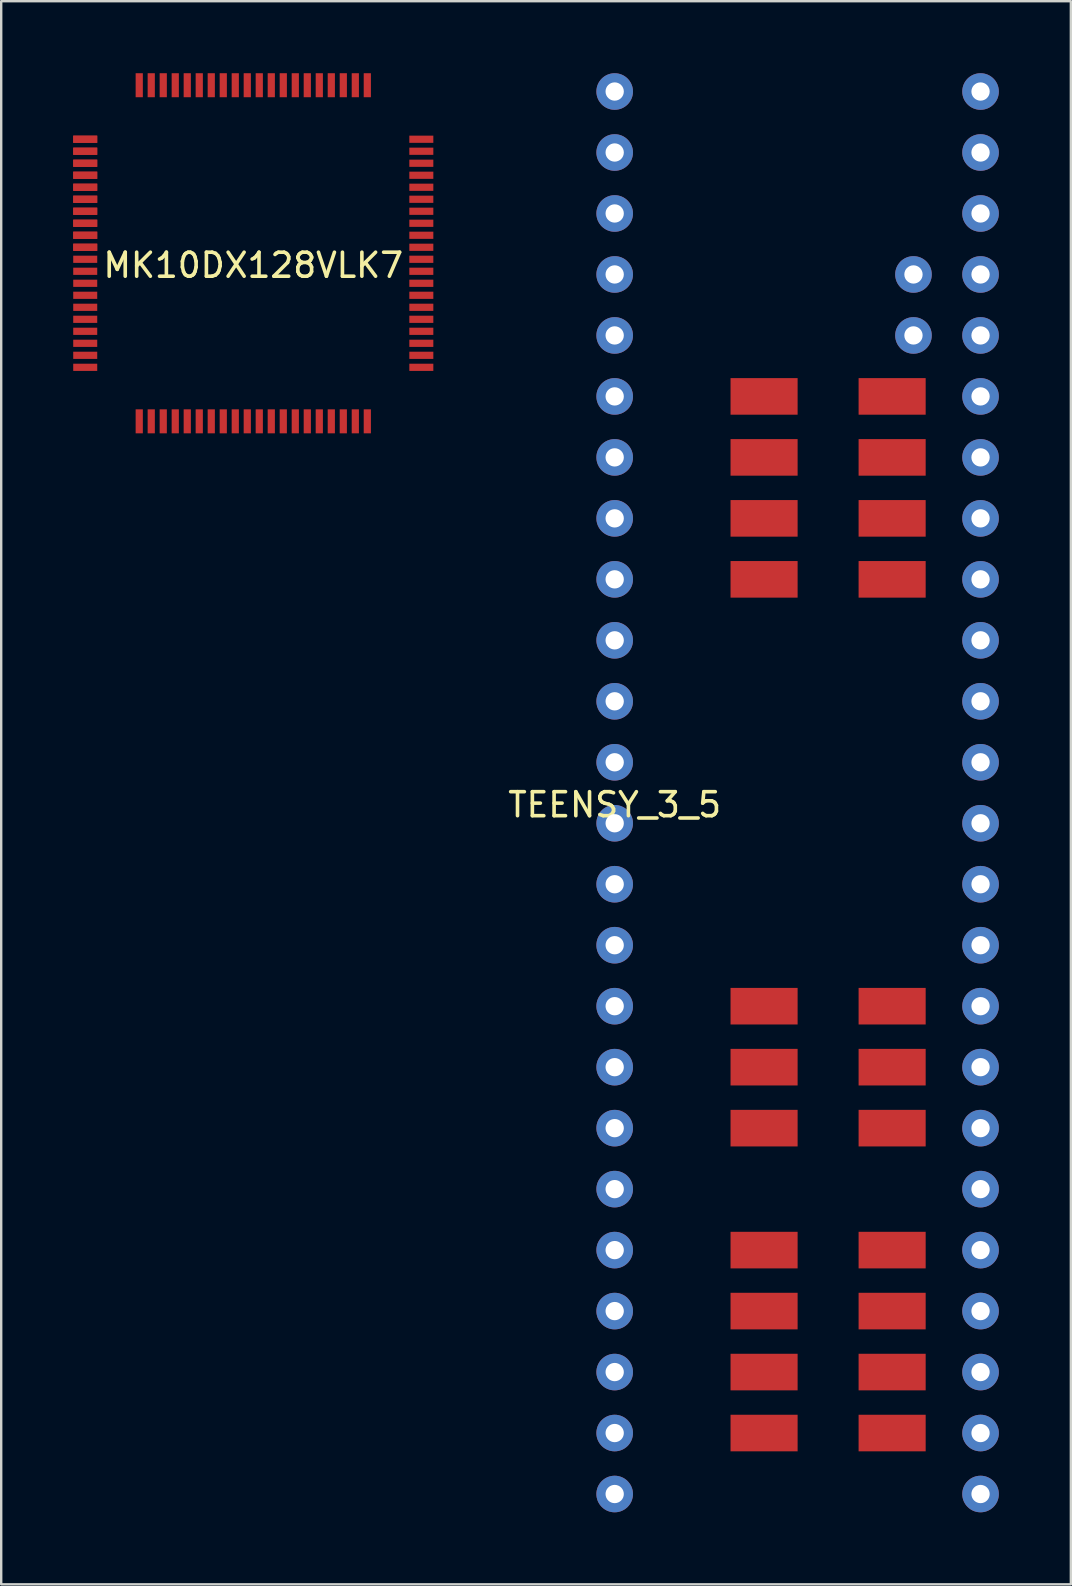
<source format=kicad_pcb>
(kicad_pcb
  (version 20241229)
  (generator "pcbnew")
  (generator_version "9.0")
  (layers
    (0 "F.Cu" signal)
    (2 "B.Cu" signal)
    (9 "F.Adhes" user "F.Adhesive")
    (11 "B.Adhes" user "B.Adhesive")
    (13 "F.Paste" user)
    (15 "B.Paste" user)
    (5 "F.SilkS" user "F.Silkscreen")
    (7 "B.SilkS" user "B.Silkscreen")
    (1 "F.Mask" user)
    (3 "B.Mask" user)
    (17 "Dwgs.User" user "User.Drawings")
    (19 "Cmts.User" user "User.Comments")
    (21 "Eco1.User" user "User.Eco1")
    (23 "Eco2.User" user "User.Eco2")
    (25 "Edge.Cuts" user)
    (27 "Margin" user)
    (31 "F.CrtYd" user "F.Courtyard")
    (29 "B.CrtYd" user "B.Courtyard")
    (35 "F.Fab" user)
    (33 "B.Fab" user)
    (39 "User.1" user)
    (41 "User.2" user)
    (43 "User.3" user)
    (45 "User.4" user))
  (footprint "MK10DX128VLK7"
    (layer "F.Cu")
    (at 7.5 7.5)
    (property "Reference" "MK10DX128VLK7" (at 0 0.5 0) (layer "F.SilkS") (effects (font (size 1 1) (thickness 0.15))))
    (attr through_hole)
    (pad "1" smd rect (at -7 -4.75) (size 1 0.3) (layers "F.Cu" "F.Mask" "F.Paste"))
    (pad "1" smd rect (at -7 -4.75) (size 1 0.3) (layers "F.Cu" "F.Mask" "F.Paste"))
    (pad "2" smd rect (at -7 -4.25) (size 1 0.3) (layers "F.Cu" "F.Mask" "F.Paste"))
    (pad "2" smd rect (at -7 -4.25) (size 1 0.3) (layers "F.Cu" "F.Mask" "F.Paste"))
    (pad "3" smd rect (at -7 -3.75) (size 1 0.3) (layers "F.Cu" "F.Mask" "F.Paste"))
    (pad "3" smd rect (at -7 -3.75) (size 1 0.3) (layers "F.Cu" "F.Mask" "F.Paste"))
    (pad "4" smd rect (at -7 -3.25) (size 1 0.3) (layers "F.Cu" "F.Mask" "F.Paste"))
    (pad "4" smd rect (at -7 -3.25) (size 1 0.3) (layers "F.Cu" "F.Mask" "F.Paste"))
    (pad "5" smd rect (at -7 -2.75) (size 1 0.3) (layers "F.Cu" "F.Mask" "F.Paste"))
    (pad "5" smd rect (at -7 -2.75) (size 1 0.3) (layers "F.Cu" "F.Mask" "F.Paste"))
    (pad "6" smd rect (at -7 -2.25) (size 1 0.3) (layers "F.Cu" "F.Mask" "F.Paste"))
    (pad "6" smd rect (at -7 -2.25) (size 1 0.3) (layers "F.Cu" "F.Mask" "F.Paste"))
    (pad "7" smd rect (at -7 -1.75) (size 1 0.3) (layers "F.Cu" "F.Mask" "F.Paste"))
    (pad "7" smd rect (at -7 -1.75) (size 1 0.3) (layers "F.Cu" "F.Mask" "F.Paste"))
    (pad "8" smd rect (at -7 -1.25) (size 1 0.3) (layers "F.Cu" "F.Mask" "F.Paste"))
    (pad "8" smd rect (at -7 -1.25) (size 1 0.3) (layers "F.Cu" "F.Mask" "F.Paste"))
    (pad "9" smd rect (at -7 -0.75) (size 1 0.3) (layers "F.Cu" "F.Mask" "F.Paste"))
    (pad "9" smd rect (at -7 -0.75) (size 1 0.3) (layers "F.Cu" "F.Mask" "F.Paste"))
    (pad "10" smd rect (at -7 -0.25) (size 1 0.3) (layers "F.Cu" "F.Mask" "F.Paste"))
    (pad "10" smd rect (at -7 -0.25) (size 1 0.3) (layers "F.Cu" "F.Mask" "F.Paste"))
    (pad "11" smd rect (at -7 0.25) (size 1 0.3) (layers "F.Cu" "F.Mask" "F.Paste"))
    (pad "12" smd rect (at -7 0.75) (size 1 0.3) (layers "F.Cu" "F.Mask" "F.Paste"))
    (pad "13" smd rect (at -7 1.25) (size 1 0.3) (layers "F.Cu" "F.Mask" "F.Paste"))
    (pad "14" smd rect (at -7 1.75) (size 1 0.3) (layers "F.Cu" "F.Mask" "F.Paste"))
    (pad "15" smd rect (at -7 2.25) (size 1 0.3) (layers "F.Cu" "F.Mask" "F.Paste"))
    (pad "16" smd rect (at -7 2.75) (size 1 0.3) (layers "F.Cu" "F.Mask" "F.Paste"))
    (pad "17" smd rect (at -7 3.25) (size 1 0.3) (layers "F.Cu" "F.Mask" "F.Paste"))
    (pad "18" smd rect (at -7 3.75) (size 1 0.3) (layers "F.Cu" "F.Mask" "F.Paste"))
    (pad "19" smd rect (at -7 4.25) (size 1 0.3) (layers "F.Cu" "F.Mask" "F.Paste"))
    (pad "20" smd rect (at -7 4.75) (size 1 0.3) (layers "F.Cu" "F.Mask" "F.Paste"))
    (pad "21" smd rect (at -4.75 7) (size 0.3 1) (layers "F.Cu" "F.Mask" "F.Paste"))
    (pad "22" smd rect (at -4.25 7) (size 0.3 1) (layers "F.Cu" "F.Mask" "F.Paste"))
    (pad "23" smd rect (at -3.75 7) (size 0.3 1) (layers "F.Cu" "F.Mask" "F.Paste"))
    (pad "24" smd rect (at -3.25 7) (size 0.3 1) (layers "F.Cu" "F.Mask" "F.Paste"))
    (pad "25" smd rect (at -2.75 7) (size 0.3 1) (layers "F.Cu" "F.Mask" "F.Paste"))
    (pad "26" smd rect (at -2.25 7) (size 0.3 1) (layers "F.Cu" "F.Mask" "F.Paste"))
    (pad "27" smd rect (at -1.75 7) (size 0.3 1) (layers "F.Cu" "F.Mask" "F.Paste"))
    (pad "28" smd rect (at -1.25 7) (size 0.3 1) (layers "F.Cu" "F.Mask" "F.Paste"))
    (pad "29" smd rect (at -0.75 7) (size 0.3 1) (layers "F.Cu" "F.Mask" "F.Paste"))
    (pad "30" smd rect (at -0.25 7) (size 0.3 1) (layers "F.Cu" "F.Mask" "F.Paste"))
    (pad "31" smd rect (at 0.25 7) (size 0.3 1) (layers "F.Cu" "F.Mask" "F.Paste"))
    (pad "32" smd rect (at 0.75 7) (size 0.3 1) (layers "F.Cu" "F.Mask" "F.Paste"))
    (pad "33" smd rect (at 1.25 7) (size 0.3 1) (layers "F.Cu" "F.Mask" "F.Paste"))
    (pad "34" smd rect (at 1.75 7) (size 0.3 1) (layers "F.Cu" "F.Mask" "F.Paste"))
    (pad "35" smd rect (at 2.25 7) (size 0.3 1) (layers "F.Cu" "F.Mask" "F.Paste"))
    (pad "36" smd rect (at 2.75 7) (size 0.3 1) (layers "F.Cu" "F.Mask" "F.Paste"))
    (pad "37" smd rect (at 3.25 7) (size 0.3 1) (layers "F.Cu" "F.Mask" "F.Paste"))
    (pad "38" smd rect (at 3.75 7) (size 0.3 1) (layers "F.Cu" "F.Mask" "F.Paste"))
    (pad "39" smd rect (at 4.25 7) (size 0.3 1) (layers "F.Cu" "F.Mask" "F.Paste"))
    (pad "40" smd rect (at 4.75 7) (size 0.3 1) (layers "F.Cu" "F.Mask" "F.Paste"))
    (pad "41" smd rect (at 7 4.75) (size 1 0.3) (layers "F.Cu" "F.Mask" "F.Paste"))
    (pad "42" smd rect (at 7 4.25) (size 1 0.3) (layers "F.Cu" "F.Mask" "F.Paste"))
    (pad "43" smd rect (at 7 3.75) (size 1 0.3) (layers "F.Cu" "F.Mask" "F.Paste"))
    (pad "44" smd rect (at 7 3.25) (size 1 0.3) (layers "F.Cu" "F.Mask" "F.Paste"))
    (pad "45" smd rect (at 7 2.75) (size 1 0.3) (layers "F.Cu" "F.Mask" "F.Paste"))
    (pad "46" smd rect (at 7 2.25) (size 1 0.3) (layers "F.Cu" "F.Mask" "F.Paste"))
    (pad "47" smd rect (at 7 1.75) (size 1 0.3) (layers "F.Cu" "F.Mask" "F.Paste"))
    (pad "48" smd rect (at 7 1.25) (size 1 0.3) (layers "F.Cu" "F.Mask" "F.Paste"))
    (pad "49" smd rect (at 7 0.75) (size 1 0.3) (layers "F.Cu" "F.Mask" "F.Paste"))
    (pad "50" smd rect (at 7 0.25) (size 1 0.3) (layers "F.Cu" "F.Mask" "F.Paste"))
    (pad "51" smd rect (at 7 -0.25) (size 1 0.3) (layers "F.Cu" "F.Mask" "F.Paste"))
    (pad "52" smd rect (at 7 -0.75) (size 1 0.3) (layers "F.Cu" "F.Mask" "F.Paste"))
    (pad "53" smd rect (at 7 -1.25) (size 1 0.3) (layers "F.Cu" "F.Mask" "F.Paste"))
    (pad "54" smd rect (at 7 -1.75) (size 1 0.3) (layers "F.Cu" "F.Mask" "F.Paste"))
    (pad "55" smd rect (at 7 -2.25) (size 1 0.3) (layers "F.Cu" "F.Mask" "F.Paste"))
    (pad "56" smd rect (at 7 -2.75) (size 1 0.3) (layers "F.Cu" "F.Mask" "F.Paste"))
    (pad "57" smd rect (at 7 -3.25) (size 1 0.3) (layers "F.Cu" "F.Mask" "F.Paste"))
    (pad "58" smd rect (at 7 -3.75) (size 1 0.3) (layers "F.Cu" "F.Mask" "F.Paste"))
    (pad "59" smd rect (at 7 -4.25) (size 1 0.3) (layers "F.Cu" "F.Mask" "F.Paste"))
    (pad "60" smd rect (at 7 -4.75) (size 1 0.3) (layers "F.Cu" "F.Mask" "F.Paste"))
    (pad "61" smd rect (at 4.75 -7) (size 0.3 1) (layers "F.Cu" "F.Mask" "F.Paste"))
    (pad "62" smd rect (at 4.25 -7) (size 0.3 1) (layers "F.Cu" "F.Mask" "F.Paste"))
    (pad "63" smd rect (at 3.75 -7) (size 0.3 1) (layers "F.Cu" "F.Mask" "F.Paste"))
    (pad "64" smd rect (at 3.25 -7) (size 0.3 1) (layers "F.Cu" "F.Mask" "F.Paste"))
    (pad "65" smd rect (at 2.75 -7) (size 0.3 1) (layers "F.Cu" "F.Mask" "F.Paste"))
    (pad "66" smd rect (at 2.25 -7) (size 0.3 1) (layers "F.Cu" "F.Mask" "F.Paste"))
    (pad "67" smd rect (at 1.75 -7) (size 0.3 1) (layers "F.Cu" "F.Mask" "F.Paste"))
    (pad "68" smd rect (at 1.25 -7) (size 0.3 1) (layers "F.Cu" "F.Mask" "F.Paste"))
    (pad "69" smd rect (at 0.75 -7) (size 0.3 1) (layers "F.Cu" "F.Mask" "F.Paste"))
    (pad "70" smd rect (at 0.25 -7) (size 0.3 1) (layers "F.Cu" "F.Mask" "F.Paste"))
    (pad "71" smd rect (at -0.25 -7) (size 0.3 1) (layers "F.Cu" "F.Mask" "F.Paste"))
    (pad "72" smd rect (at -0.75 -7) (size 0.3 1) (layers "F.Cu" "F.Mask" "F.Paste"))
    (pad "73" smd rect (at -1.25 -7) (size 0.3 1) (layers "F.Cu" "F.Mask" "F.Paste"))
    (pad "74" smd rect (at -1.75 -7) (size 0.3 1) (layers "F.Cu" "F.Mask" "F.Paste"))
    (pad "75" smd rect (at -2.25 -7) (size 0.3 1) (layers "F.Cu" "F.Mask" "F.Paste"))
    (pad "76" smd rect (at -2.75 -7) (size 0.3 1) (layers "F.Cu" "F.Mask" "F.Paste"))
    (pad "77" smd rect (at -3.25 -7) (size 0.3 1) (layers "F.Cu" "F.Mask" "F.Paste"))
    (pad "78" smd rect (at -3.75 -7) (size 0.3 1) (layers "F.Cu" "F.Mask" "F.Paste"))
    (pad "79" smd rect (at -4.25 -7) (size 0.3 1) (layers "F.Cu" "F.Mask" "F.Paste"))
    (pad "80" smd rect (at -4.75 -7) (size 0.3 1) (layers "F.Cu" "F.Mask" "F.Paste")))
  (footprint "TEENSY_3_5"
    (layer "F.Cu")
    (at 22.554 59.182)
    (property "Reference" "TEENSY_3_5" (at 0 -28.71 0) (layer "F.SilkS") (effects (font (size 1 1) (thickness 0.15))))
    (attr through_hole)
    (pad "1" thru_hole circle (at 0 -58.42) (size 1.524 1.524) (drill 0.762) (layers "*.Cu" "*.Mask"))
    (pad "2" thru_hole circle (at 0 -55.88) (size 1.524 1.524) (drill 0.762) (layers "*.Cu" "*.Mask"))
    (pad "3" thru_hole circle (at 0 -53.34) (size 1.524 1.524) (drill 0.762) (layers "*.Cu" "*.Mask"))
    (pad "4" thru_hole circle (at 0 -50.8) (size 1.524 1.524) (drill 0.762) (layers "*.Cu" "*.Mask"))
    (pad "5" thru_hole circle (at 0 -48.26) (size 1.524 1.524) (drill 0.762) (layers "*.Cu" "*.Mask"))
    (pad "6" thru_hole circle (at 0 -45.72) (size 1.524 1.524) (drill 0.762) (layers "*.Cu" "*.Mask"))
    (pad "7" thru_hole circle (at 0 -43.18) (size 1.524 1.524) (drill 0.762) (layers "*.Cu" "*.Mask"))
    (pad "8" thru_hole circle (at 0 -40.64) (size 1.524 1.524) (drill 0.762) (layers "*.Cu" "*.Mask"))
    (pad "9" thru_hole circle (at 0 -38.1) (size 1.524 1.524) (drill 0.762) (layers "*.Cu" "*.Mask"))
    (pad "10" thru_hole circle (at 0 -35.56) (size 1.524 1.524) (drill 0.762) (layers "*.Cu" "*.Mask"))
    (pad "11" thru_hole circle (at 0 -33.02) (size 1.524 1.524) (drill 0.762) (layers "*.Cu" "*.Mask"))
    (pad "12" thru_hole circle (at 0 -30.48) (size 1.524 1.524) (drill 0.762) (layers "*.Cu" "*.Mask"))
    (pad "13" thru_hole circle (at 0 -27.94) (size 1.524 1.524) (drill 0.762) (layers "*.Cu" "*.Mask"))
    (pad "14" thru_hole circle (at 0 -25.4) (size 1.524 1.524) (drill 0.762) (layers "*.Cu" "*.Mask"))
    (pad "15" thru_hole circle (at 0 -22.86) (size 1.524 1.524) (drill 0.762) (layers "*.Cu" "*.Mask"))
    (pad "16" thru_hole circle (at 0 -20.32) (size 1.524 1.524) (drill 0.762) (layers "*.Cu" "*.Mask"))
    (pad "17" thru_hole circle (at 0 -17.78) (size 1.524 1.524) (drill 0.762) (layers "*.Cu" "*.Mask"))
    (pad "18" thru_hole circle (at 0 -15.24) (size 1.524 1.524) (drill 0.762) (layers "*.Cu" "*.Mask"))
    (pad "19" thru_hole circle (at 0 -12.7) (size 1.524 1.524) (drill 0.762) (layers "*.Cu" "*.Mask"))
    (pad "20" thru_hole circle (at 0 -10.16) (size 1.524 1.524) (drill 0.762) (layers "*.Cu" "*.Mask"))
    (pad "21" thru_hole circle (at 0 -7.62) (size 1.524 1.524) (drill 0.762) (layers "*.Cu" "*.Mask"))
    (pad "22" thru_hole circle (at 0 -5.08) (size 1.524 1.524) (drill 0.762) (layers "*.Cu" "*.Mask"))
    (pad "23" thru_hole circle (at 0 -2.54) (size 1.524 1.524) (drill 0.762) (layers "*.Cu" "*.Mask"))
    (pad "24" thru_hole circle (at 0 0) (size 1.524 1.524) (drill 0.762) (layers "*.Cu" "*.Mask"))
    (pad "25" thru_hole circle (at 15.24 0) (size 1.524 1.524) (drill 0.762) (layers "*.Cu" "*.Mask"))
    (pad "26" thru_hole circle (at 15.24 -2.54) (size 1.524 1.524) (drill 0.762) (layers "*.Cu" "*.Mask"))
    (pad "27" thru_hole circle (at 15.24 -5.08) (size 1.524 1.524) (drill 0.762) (layers "*.Cu" "*.Mask"))
    (pad "28" thru_hole circle (at 15.24 -7.62) (size 1.524 1.524) (drill 0.762) (layers "*.Cu" "*.Mask"))
    (pad "29" thru_hole circle (at 15.24 -10.16) (size 1.524 1.524) (drill 0.762) (layers "*.Cu" "*.Mask"))
    (pad "30" thru_hole circle (at 15.24 -12.7) (size 1.524 1.524) (drill 0.762) (layers "*.Cu" "*.Mask"))
    (pad "31" thru_hole circle (at 15.24 -15.24) (size 1.524 1.524) (drill 0.762) (layers "*.Cu" "*.Mask"))
    (pad "32" thru_hole circle (at 15.24 -17.78) (size 1.524 1.524) (drill 0.762) (layers "*.Cu" "*.Mask"))
    (pad "33" thru_hole circle (at 15.24 -20.32) (size 1.524 1.524) (drill 0.762) (layers "*.Cu" "*.Mask"))
    (pad "34" thru_hole circle (at 15.24 -22.86) (size 1.524 1.524) (drill 0.762) (layers "*.Cu" "*.Mask"))
    (pad "35" thru_hole circle (at 15.24 -25.4) (size 1.524 1.524) (drill 0.762) (layers "*.Cu" "*.Mask"))
    (pad "36" thru_hole circle (at 15.24 -27.94) (size 1.524 1.524) (drill 0.762) (layers "*.Cu" "*.Mask"))
    (pad "37" thru_hole circle (at 15.24 -30.48) (size 1.524 1.524) (drill 0.762) (layers "*.Cu" "*.Mask"))
    (pad "38" thru_hole circle (at 15.24 -33.02) (size 1.524 1.524) (drill 0.762) (layers "*.Cu" "*.Mask"))
    (pad "39" thru_hole circle (at 15.24 -35.56) (size 1.524 1.524) (drill 0.762) (layers "*.Cu" "*.Mask"))
    (pad "40" thru_hole circle (at 15.24 -38.1) (size 1.524 1.524) (drill 0.762) (layers "*.Cu" "*.Mask"))
    (pad "41" thru_hole circle (at 15.24 -40.64) (size 1.524 1.524) (drill 0.762) (layers "*.Cu" "*.Mask"))
    (pad "42" thru_hole circle (at 15.24 -43.18) (size 1.524 1.524) (drill 0.762) (layers "*.Cu" "*.Mask"))
    (pad "43" thru_hole circle (at 15.24 -45.72) (size 1.524 1.524) (drill 0.762) (layers "*.Cu" "*.Mask"))
    (pad "44" thru_hole circle (at 15.24 -48.26) (size 1.524 1.524) (drill 0.762) (layers "*.Cu" "*.Mask"))
    (pad "45" thru_hole circle (at 15.24 -50.8) (size 1.524 1.524) (drill 0.762) (layers "*.Cu" "*.Mask"))
    (pad "46" thru_hole circle (at 15.24 -53.34) (size 1.524 1.524) (drill 0.762) (layers "*.Cu" "*.Mask"))
    (pad "47" thru_hole circle (at 15.24 -55.88) (size 1.524 1.524) (drill 0.762) (layers "*.Cu" "*.Mask"))
    (pad "48" thru_hole circle (at 15.24 -58.42) (size 1.524 1.524) (drill 0.762) (layers "*.Cu" "*.Mask"))
    (pad "49" smd rect (at 6.223 -20.32) (size 2.794 1.524) (layers "F.Cu" "F.Mask" "F.Paste"))
    (pad "50" smd rect (at 6.223 -17.78) (size 2.794 1.524) (layers "F.Cu" "F.Mask" "F.Paste"))
    (pad "51" smd rect (at 6.223 -15.24) (size 2.794 1.524) (layers "F.Cu" "F.Mask" "F.Paste"))
    (pad "52" smd rect (at 6.223 -10.16) (size 2.794 1.524) (layers "F.Cu" "F.Mask" "F.Paste"))
    (pad "53" smd rect (at 6.223 -7.62) (size 2.794 1.524) (layers "F.Cu" "F.Mask" "F.Paste"))
    (pad "54" smd rect (at 6.223 -5.08) (size 2.794 1.524) (layers "F.Cu" "F.Mask" "F.Paste"))
    (pad "55" smd rect (at 6.223 -2.54) (size 2.794 1.524) (layers "F.Cu" "F.Mask" "F.Paste"))
    (pad "56" smd rect (at 11.557 -2.54) (size 2.794 1.524) (layers "F.Cu" "F.Mask" "F.Paste"))
    (pad "57" smd rect (at 11.557 -5.08) (size 2.794 1.524) (layers "F.Cu" "F.Mask" "F.Paste"))
    (pad "58" smd rect (at 11.557 -7.62) (size 2.794 1.524) (layers "F.Cu" "F.Mask" "F.Paste"))
    (pad "59" thru_hole circle (at 12.446 -48.26) (size 1.524 1.524) (drill 0.762) (layers "*.Cu" "*.Mask"))
    (pad "60" thru_hole circle (at 12.446 -50.8) (size 1.524 1.524) (drill 0.762) (layers "*.Cu" "*.Mask"))
    (pad "61" smd rect (at 11.557 -45.72) (size 2.794 1.524) (layers "F.Cu" "F.Mask" "F.Paste"))
    (pad "62" smd rect (at 11.557 -43.18) (size 2.794 1.524) (layers "F.Cu" "F.Mask" "F.Paste"))
    (pad "63" smd rect (at 11.557 -40.64) (size 2.794 1.524) (layers "F.Cu" "F.Mask" "F.Paste"))
    (pad "64" smd rect (at 11.557 -38.1) (size 2.794 1.524) (layers "F.Cu" "F.Mask" "F.Paste"))
    (pad "65" smd rect (at 11.557 -20.32) (size 2.794 1.524) (layers "F.Cu" "F.Mask" "F.Paste"))
    (pad "66" smd rect (at 11.557 -17.78) (size 2.794 1.524) (layers "F.Cu" "F.Mask" "F.Paste"))
    (pad "67" smd rect (at 11.557 -15.24) (size 2.794 1.524) (layers "F.Cu" "F.Mask" "F.Paste"))
    (pad "68" smd rect (at 11.557 -10.16) (size 2.794 1.524) (layers "F.Cu" "F.Mask" "F.Paste"))
    (pad "69" smd rect (at 6.223 -38.1) (size 2.794 1.524) (layers "F.Cu" "F.Mask" "F.Paste"))
    (pad "70" smd rect (at 6.223 -40.64) (size 2.794 1.524) (layers "F.Cu" "F.Mask" "F.Paste"))
    (pad "71" smd rect (at 6.223 -43.18) (size 2.794 1.524) (layers "F.Cu" "F.Mask" "F.Paste"))
    (pad "72" smd rect (at 6.223 -45.72) (size 2.794 1.524) (layers "F.Cu" "F.Mask" "F.Paste")))
  (gr_rect
    (start -3 -3)
    (end 41.556 62.944)
    (stroke (width 0.1) (type default))
    (fill no)
    (layer "Edge.Cuts")))
</source>
